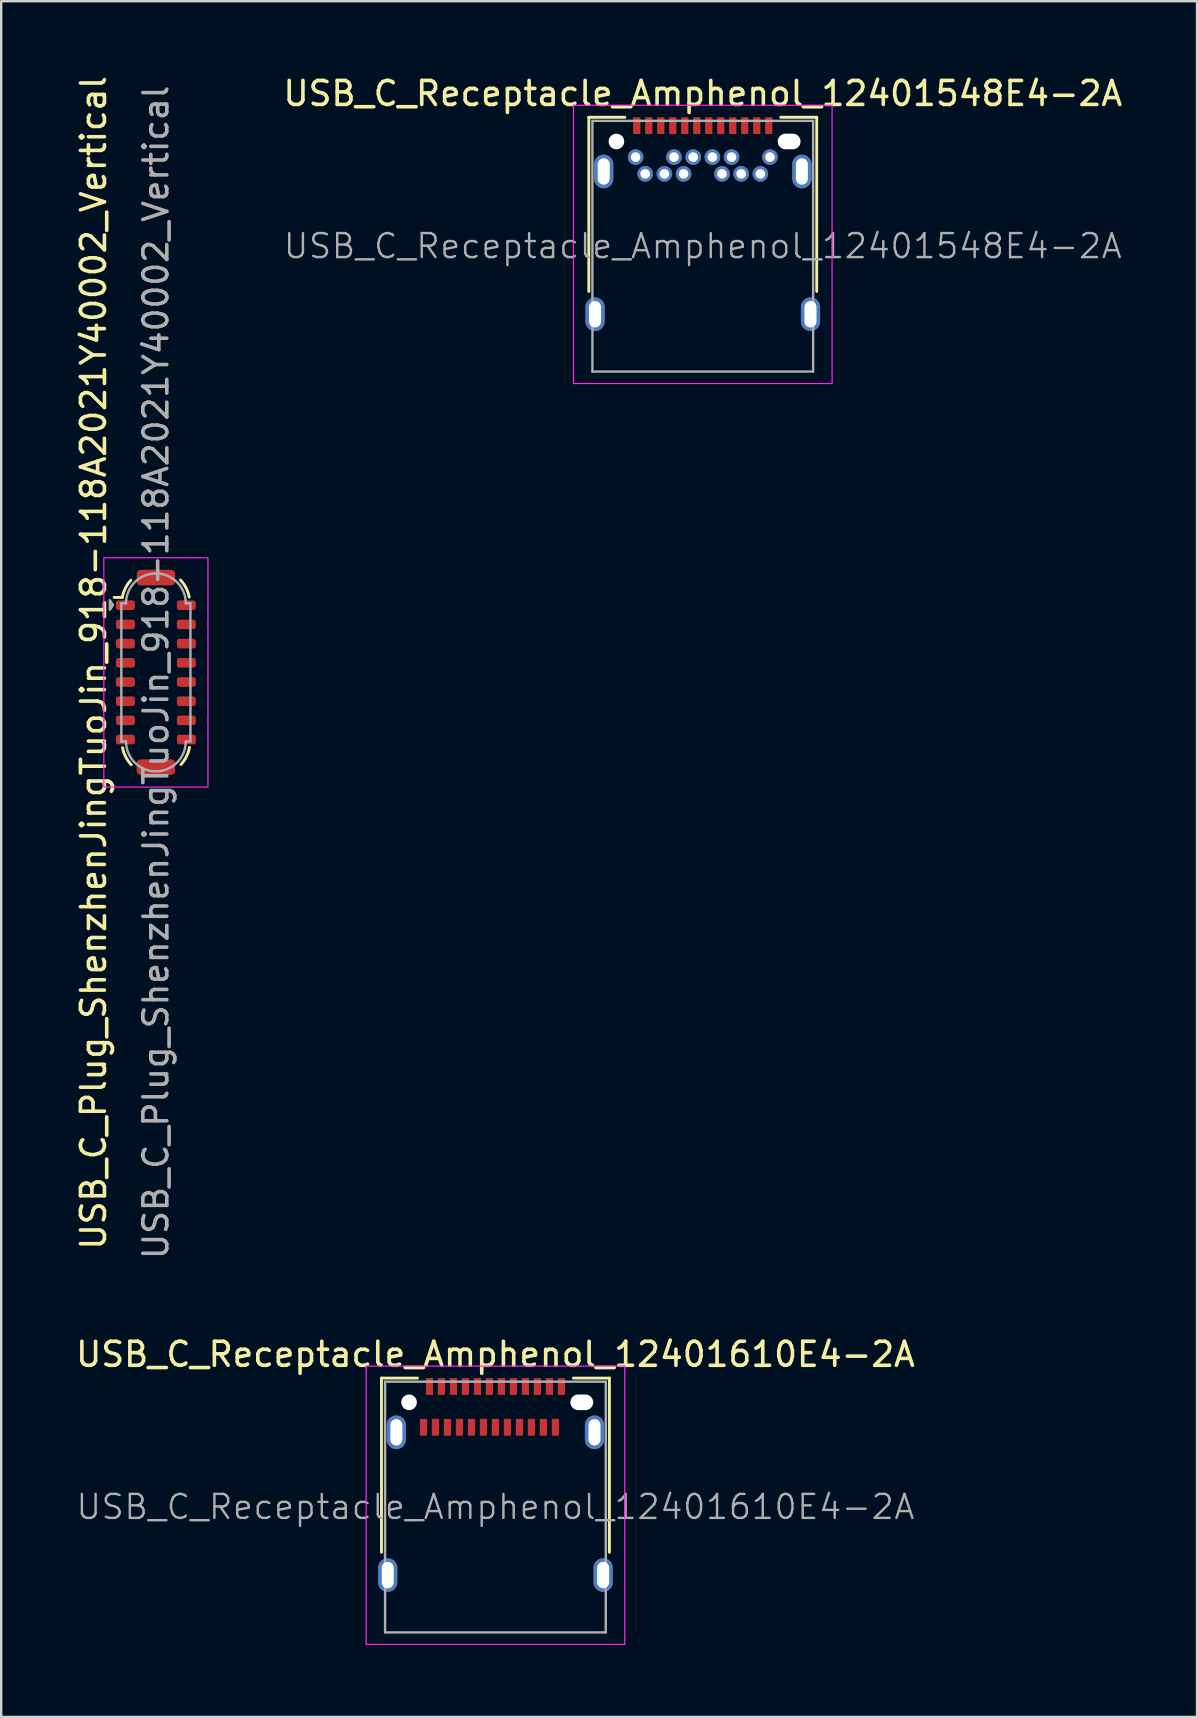
<source format=kicad_pcb>
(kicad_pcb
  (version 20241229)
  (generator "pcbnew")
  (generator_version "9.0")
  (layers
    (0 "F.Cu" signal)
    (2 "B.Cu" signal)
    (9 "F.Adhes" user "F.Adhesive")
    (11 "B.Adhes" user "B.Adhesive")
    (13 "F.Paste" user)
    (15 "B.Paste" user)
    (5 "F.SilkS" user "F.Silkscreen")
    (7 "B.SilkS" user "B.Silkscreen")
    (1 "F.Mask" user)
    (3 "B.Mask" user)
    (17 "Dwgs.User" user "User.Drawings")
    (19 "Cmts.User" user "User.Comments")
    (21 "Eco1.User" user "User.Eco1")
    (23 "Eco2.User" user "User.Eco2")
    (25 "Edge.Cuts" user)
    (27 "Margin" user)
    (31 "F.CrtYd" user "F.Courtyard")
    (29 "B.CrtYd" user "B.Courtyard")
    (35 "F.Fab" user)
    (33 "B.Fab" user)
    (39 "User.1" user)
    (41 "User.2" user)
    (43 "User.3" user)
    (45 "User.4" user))
  (footprint "USB_C_Receptacle_Amphenol_12401610E4-2A"
    (layer "F.Cu")
    (at 17.601 59.763)
    (property "Reference" "USB_C_Receptacle_Amphenol_12401610E4-2A" (at 0 -6.36 0) (layer "F.SilkS") (effects (font (size 1 1) (thickness 0.15))))
    (attr smd)
    (fp_line (start -4.75 -5.37) (end -4.75 1.89) (stroke (width 0.12) (type solid)) (layer "F.SilkS"))
    (fp_line (start -4.75 -5.37) (end -3.25 -5.37) (stroke (width 0.12) (type solid)) (layer "F.SilkS"))
    (fp_line (start 3.25 -5.37) (end 4.75 -5.37) (stroke (width 0.12) (type solid)) (layer "F.SilkS"))
    (fp_line (start 4.75 -5.37) (end 4.75 1.89) (stroke (width 0.12) (type solid)) (layer "F.SilkS"))
    (fp_line (start -5.39 -5.87) (end 5.39 -5.87) (stroke (width 0.05) (type solid)) (layer "F.CrtYd"))
    (fp_line (start -5.39 5.73) (end -5.39 -5.87) (stroke (width 0.05) (type solid)) (layer "F.CrtYd"))
    (fp_line (start 5.39 -5.87) (end 5.39 5.73) (stroke (width 0.05) (type solid)) (layer "F.CrtYd"))
    (fp_line (start 5.39 5.73) (end -5.39 5.73) (stroke (width 0.05) (type solid)) (layer "F.CrtYd"))
    (fp_line (start -4.6 -5.22) (end 4.6 -5.22) (stroke (width 0.1) (type solid)) (layer "F.Fab"))
    (fp_line (start -4.6 5.23) (end -4.6 -5.22) (stroke (width 0.1) (type solid)) (layer "F.Fab"))
    (fp_line (start -4.6 5.23) (end 4.6 5.23) (stroke (width 0.1) (type solid)) (layer "F.Fab"))
    (fp_line (start 4.6 5.23) (end 4.6 -5.22) (stroke (width 0.1) (type solid)) (layer "F.Fab"))
    (fp_text user "${REFERENCE}" (at 0 0 0) (layer "F.Fab") (effects (font (size 1 1) (thickness 0.1))))
    (pad "" np_thru_hole circle (at -3.6 -4.36) (size 0.65 0.65) (drill 0.65) (layers "*.Cu" "*.Mask"))
    (pad "" np_thru_hole oval (at 3.6 -4.36) (size 0.95 0.65) (drill oval 0.95 0.65) (layers "*.Cu" "*.Mask"))
    (pad "A1" smd rect (at -2.75 -5.02) (size 0.3 0.7) (layers "F.Cu" "F.Mask" "F.Paste"))
    (pad "A2" smd rect (at -2.25 -5.02) (size 0.3 0.7) (layers "F.Cu" "F.Mask" "F.Paste"))
    (pad "A3" smd rect (at -1.75 -5.02) (size 0.3 0.7) (layers "F.Cu" "F.Mask" "F.Paste"))
    (pad "A4" smd rect (at -1.25 -5.02) (size 0.3 0.7) (layers "F.Cu" "F.Mask" "F.Paste"))
    (pad "A5" smd rect (at -0.75 -5.02) (size 0.3 0.7) (layers "F.Cu" "F.Mask" "F.Paste"))
    (pad "A6" smd rect (at -0.25 -5.02) (size 0.3 0.7) (layers "F.Cu" "F.Mask" "F.Paste"))
    (pad "A7" smd rect (at 0.25 -5.02) (size 0.3 0.7) (layers "F.Cu" "F.Mask" "F.Paste"))
    (pad "A8" smd rect (at 0.75 -5.02) (size 0.3 0.7) (layers "F.Cu" "F.Mask" "F.Paste"))
    (pad "A9" smd rect (at 1.25 -5.02) (size 0.3 0.7) (layers "F.Cu" "F.Mask" "F.Paste"))
    (pad "A10" smd rect (at 1.75 -5.02) (size 0.3 0.7) (layers "F.Cu" "F.Mask" "F.Paste"))
    (pad "A11" smd rect (at 2.25 -5.02) (size 0.3 0.7) (layers "F.Cu" "F.Mask" "F.Paste"))
    (pad "A12" smd rect (at 2.75 -5.02) (size 0.3 0.7) (layers "F.Cu" "F.Mask" "F.Paste"))
    (pad "B1" smd rect (at 2.5 -3.32) (size 0.3 0.7) (layers "F.Cu" "F.Mask" "F.Paste"))
    (pad "B2" smd rect (at 2 -3.32) (size 0.3 0.7) (layers "F.Cu" "F.Mask" "F.Paste"))
    (pad "B3" smd rect (at 1.5 -3.32) (size 0.3 0.7) (layers "F.Cu" "F.Mask" "F.Paste"))
    (pad "B4" smd rect (at 1 -3.32) (size 0.3 0.7) (layers "F.Cu" "F.Mask" "F.Paste"))
    (pad "B5" smd rect (at 0.5 -3.32) (size 0.3 0.7) (layers "F.Cu" "F.Mask" "F.Paste"))
    (pad "B6" smd rect (at 0 -3.32) (size 0.3 0.7) (layers "F.Cu" "F.Mask" "F.Paste"))
    (pad "B7" smd rect (at -0.5 -3.32) (size 0.3 0.7) (layers "F.Cu" "F.Mask" "F.Paste"))
    (pad "B8" smd rect (at -1 -3.32) (size 0.3 0.7) (layers "F.Cu" "F.Mask" "F.Paste"))
    (pad "B9" smd rect (at -1.5 -3.32) (size 0.3 0.7) (layers "F.Cu" "F.Mask" "F.Paste"))
    (pad "B10" smd rect (at -2 -3.32) (size 0.3 0.7) (layers "F.Cu" "F.Mask" "F.Paste"))
    (pad "B11" smd rect (at -2.5 -3.32) (size 0.3 0.7) (layers "F.Cu" "F.Mask" "F.Paste"))
    (pad "B12" smd rect (at -3 -3.32) (size 0.3 0.7) (layers "F.Cu" "F.Mask" "F.Paste"))
    (pad "S1" thru_hole oval (at -4.49 2.84) (size 0.8 1.4) (drill oval 0.5 1.1) (property pad_prop_heatsink) (layers "*.Cu" "*.Mask"))
    (pad "S1" thru_hole oval (at -4.13 -3.11) (size 0.8 1.4) (drill oval 0.5 1.1) (property pad_prop_heatsink) (layers "*.Cu" "*.Mask"))
    (pad "S1" thru_hole oval (at 4.13 -3.11) (size 0.8 1.4) (drill oval 0.5 1.1) (property pad_prop_heatsink) (layers "*.Cu" "*.Mask"))
    (pad "S1" thru_hole oval (at 4.49 2.84) (size 0.8 1.4) (drill oval 0.5 1.1) (property pad_prop_heatsink) (layers "*.Cu" "*.Mask")))
  (footprint "USB_C_Receptacle_Amphenol_12401548E4-2A"
    (layer "F.Cu")
    (at 26.244 7.208)
    (property "Reference" "USB_C_Receptacle_Amphenol_12401548E4-2A" (at 0 -6.36 0) (layer "F.SilkS") (effects (font (size 1 1) (thickness 0.15))))
    (attr smd)
    (fp_line (start -4.75 -5.37) (end -4.75 1.89) (stroke (width 0.12) (type solid)) (layer "F.SilkS"))
    (fp_line (start -4.75 -5.37) (end -3.25 -5.37) (stroke (width 0.12) (type solid)) (layer "F.SilkS"))
    (fp_line (start 3.25 -5.37) (end 4.75 -5.37) (stroke (width 0.12) (type solid)) (layer "F.SilkS"))
    (fp_line (start 4.75 -5.37) (end 4.75 1.89) (stroke (width 0.12) (type solid)) (layer "F.SilkS"))
    (fp_line (start -5.39 -5.87) (end 5.39 -5.87) (stroke (width 0.05) (type solid)) (layer "F.CrtYd"))
    (fp_line (start -5.39 5.73) (end -5.39 -5.87) (stroke (width 0.05) (type solid)) (layer "F.CrtYd"))
    (fp_line (start 5.39 -5.87) (end 5.39 5.73) (stroke (width 0.05) (type solid)) (layer "F.CrtYd"))
    (fp_line (start 5.39 5.73) (end -5.39 5.73) (stroke (width 0.05) (type solid)) (layer "F.CrtYd"))
    (fp_line (start -4.6 -5.22) (end 4.6 -5.22) (stroke (width 0.1) (type solid)) (layer "F.Fab"))
    (fp_line (start -4.6 5.23) (end -4.6 -5.22) (stroke (width 0.1) (type solid)) (layer "F.Fab"))
    (fp_line (start -4.6 5.23) (end 4.6 5.23) (stroke (width 0.1) (type solid)) (layer "F.Fab"))
    (fp_line (start 4.6 5.23) (end 4.6 -5.22) (stroke (width 0.1) (type solid)) (layer "F.Fab"))
    (fp_text user "${REFERENCE}" (at 0 0 0) (layer "F.Fab") (effects (font (size 1 1) (thickness 0.1))))
    (pad "" np_thru_hole circle (at -3.6 -4.36) (size 0.65 0.65) (drill 0.65) (layers "*.Cu" "*.Mask"))
    (pad "" np_thru_hole oval (at 3.6 -4.36) (size 0.95 0.65) (drill oval 0.95 0.65) (layers "*.Cu" "*.Mask"))
    (pad "A1" smd rect (at -2.75 -5.02) (size 0.3 0.7) (layers "F.Cu" "F.Mask" "F.Paste"))
    (pad "A2" smd rect (at -2.25 -5.02) (size 0.3 0.7) (layers "F.Cu" "F.Mask" "F.Paste"))
    (pad "A3" smd rect (at -1.75 -5.02) (size 0.3 0.7) (layers "F.Cu" "F.Mask" "F.Paste"))
    (pad "A4" smd rect (at -1.25 -5.02) (size 0.3 0.7) (layers "F.Cu" "F.Mask" "F.Paste"))
    (pad "A5" smd rect (at -0.75 -5.02) (size 0.3 0.7) (layers "F.Cu" "F.Mask" "F.Paste"))
    (pad "A6" smd rect (at -0.25 -5.02) (size 0.3 0.7) (layers "F.Cu" "F.Mask" "F.Paste"))
    (pad "A7" smd rect (at 0.25 -5.02) (size 0.3 0.7) (layers "F.Cu" "F.Mask" "F.Paste"))
    (pad "A8" smd rect (at 0.75 -5.02) (size 0.3 0.7) (layers "F.Cu" "F.Mask" "F.Paste"))
    (pad "A9" smd rect (at 1.25 -5.02) (size 0.3 0.7) (layers "F.Cu" "F.Mask" "F.Paste"))
    (pad "A10" smd rect (at 1.75 -5.02) (size 0.3 0.7) (layers "F.Cu" "F.Mask" "F.Paste"))
    (pad "A11" smd rect (at 2.25 -5.02) (size 0.3 0.7) (layers "F.Cu" "F.Mask" "F.Paste"))
    (pad "A12" smd rect (at 2.75 -5.02) (size 0.3 0.7) (layers "F.Cu" "F.Mask" "F.Paste"))
    (pad "B1" thru_hole circle (at 2.8 -3.71) (size 0.65 0.65) (drill 0.4) (property pad_prop_heatsink) (layers "*.Cu" "*.Mask"))
    (pad "B2" thru_hole circle (at 2.4 -3.01) (size 0.65 0.65) (drill 0.4) (property pad_prop_heatsink) (layers "*.Cu" "*.Mask"))
    (pad "B3" thru_hole circle (at 1.6 -3.01) (size 0.65 0.65) (drill 0.4) (property pad_prop_heatsink) (layers "*.Cu" "*.Mask"))
    (pad "B4" thru_hole circle (at 1.2 -3.71) (size 0.65 0.65) (drill 0.4) (property pad_prop_heatsink) (layers "*.Cu" "*.Mask"))
    (pad "B5" thru_hole circle (at 0.8 -3.01) (size 0.65 0.65) (drill 0.4) (property pad_prop_heatsink) (layers "*.Cu" "*.Mask"))
    (pad "B6" thru_hole circle (at 0.4 -3.71) (size 0.65 0.65) (drill 0.4) (property pad_prop_heatsink) (layers "*.Cu" "*.Mask"))
    (pad "B7" thru_hole circle (at -0.4 -3.71) (size 0.65 0.65) (drill 0.4) (property pad_prop_heatsink) (layers "*.Cu" "*.Mask"))
    (pad "B8" thru_hole circle (at -0.8 -3.01) (size 0.65 0.65) (drill 0.4) (property pad_prop_heatsink) (layers "*.Cu" "*.Mask"))
    (pad "B9" thru_hole circle (at -1.2 -3.71) (size 0.65 0.65) (drill 0.4) (property pad_prop_heatsink) (layers "*.Cu" "*.Mask"))
    (pad "B10" thru_hole circle (at -1.6 -3.01) (size 0.65 0.65) (drill 0.4) (property pad_prop_heatsink) (layers "*.Cu" "*.Mask"))
    (pad "B11" thru_hole circle (at -2.4 -3.01) (size 0.65 0.65) (drill 0.4) (property pad_prop_heatsink) (layers "*.Cu" "*.Mask"))
    (pad "B12" thru_hole circle (at -2.8 -3.71) (size 0.65 0.65) (drill 0.4) (property pad_prop_heatsink) (layers "*.Cu" "*.Mask"))
    (pad "S1" thru_hole oval (at -4.49 2.84) (size 0.8 1.4) (drill oval 0.5 1.1) (property pad_prop_heatsink) (layers "*.Cu" "*.Mask"))
    (pad "S1" thru_hole oval (at -4.13 -3.11) (size 0.8 1.4) (drill oval 0.5 1.1) (property pad_prop_heatsink) (layers "*.Cu" "*.Mask"))
    (pad "S1" thru_hole oval (at 4.13 -3.11) (size 0.8 1.4) (drill oval 0.5 1.1) (property pad_prop_heatsink) (layers "*.Cu" "*.Mask"))
    (pad "S1" thru_hole oval (at 4.49 2.84) (size 0.8 1.4) (drill oval 0.5 1.1) (property pad_prop_heatsink) (layers "*.Cu" "*.Mask")))
  (footprint "USB_C_Plug_ShenzhenJingTuoJin_918-118A2021Y40002_Vertical"
    (layer "F.Cu")
    (at 3.448 24.977)
    (property "Reference" "USB_C_Plug_ShenzhenJingTuoJin_918-118A2021Y40002_Vertical" (at -2.6 -0.4 90) (unlocked yes) (layer "F.SilkS") (effects (font (size 1 1) (thickness 0.15))))
    (attr smd)
    (fp_line (start -1.74 -3.125) (end -1.4 -3.125) (stroke (width 0.12) (type default)) (layer "F.SilkS"))
    (fp_arc (start -1.4 -3.125) (mid -1.273005 -3.509002) (end -1.043045 -3.841725) (stroke (width 0.12) (type solid)) (layer "F.SilkS"))
    (fp_arc (start -1.025 3.85) (mid -1.258743 3.520613) (end -1.389879 3.138598) (stroke (width 0.12) (type solid)) (layer "F.SilkS"))
    (fp_arc (start 1.025 -3.85) (mid 1.258743 -3.520613) (end 1.389879 -3.138598) (stroke (width 0.12) (type solid)) (layer "F.SilkS"))
    (fp_arc (start 1.4 3.125) (mid 1.273005 3.509002) (end 1.043045 3.841725) (stroke (width 0.12) (type solid)) (layer "F.SilkS"))
    (fp_rect (start -2.17 4.78) (end 2.17 -4.78) (stroke (width 0.05) (type solid)) (fill no) (layer "F.CrtYd"))
    (fp_line (start -1.44 -2.88) (end -1.245 -2.88) (stroke (width 0.1) (type solid)) (layer "F.Fab"))
    (fp_line (start -1.44 2.88) (end -1.44 -2.88) (stroke (width 0.1) (type solid)) (layer "F.Fab"))
    (fp_line (start -1.245 2.88) (end -1.44 2.88) (stroke (width 0.1) (type solid)) (layer "F.Fab"))
    (fp_line (start 1.245 -2.88) (end 1.44 -2.88) (stroke (width 0.1) (type solid)) (layer "F.Fab"))
    (fp_line (start 1.44 -2.88) (end 1.44 2.88) (stroke (width 0.1) (type solid)) (layer "F.Fab"))
    (fp_line (start 1.44 2.88) (end 1.245 2.88) (stroke (width 0.1) (type solid)) (layer "F.Fab"))
    (fp_arc (start -1.245 -2.88) (mid 0 -4.125) (end 1.245 -2.88) (stroke (width 0.1) (type solid)) (layer "F.Fab"))
    (fp_arc (start 1.245 2.88) (mid 0 4.125) (end -1.245 2.88) (stroke (width 0.1) (type solid)) (layer "F.Fab"))
    (fp_poly (pts (xy -1.92 -3.01) (xy -1.79 -2.81) (xy -1.92 -2.61) (xy -1.92 -2.99)) (stroke (width 0.1) (type solid)) (fill no) (layer "F.Fab"))
    (fp_text user "${REFERENCE}" (at 0 0 90) (unlocked yes) (layer "F.Fab") (effects (font (size 1 1) (thickness 0.15))))
    (pad "A1" smd roundrect (at -1.27 -2.8 90) (size 0.4 0.79) (layers "F.Cu" "F.Mask" "F.Paste") (roundrect_rratio 0.25))
    (pad "A4" smd roundrect (at -1.27 -2 90) (size 0.4 0.79) (layers "F.Cu" "F.Mask" "F.Paste") (roundrect_rratio 0.25))
    (pad "A5" smd roundrect (at -1.27 -1.2 90) (size 0.4 0.79) (layers "F.Cu" "F.Mask" "F.Paste") (roundrect_rratio 0.25))
    (pad "A6" smd roundrect (at -1.27 -0.4 90) (size 0.4 0.79) (layers "F.Cu" "F.Mask" "F.Paste") (roundrect_rratio 0.25))
    (pad "A7" smd roundrect (at -1.27 0.4 90) (size 0.4 0.79) (layers "F.Cu" "F.Mask" "F.Paste") (roundrect_rratio 0.25))
    (pad "A8" smd roundrect (at -1.27 1.2 90) (size 0.4 0.79) (layers "F.Cu" "F.Mask" "F.Paste") (roundrect_rratio 0.25))
    (pad "A9" smd roundrect (at -1.27 2 90) (size 0.4 0.79) (layers "F.Cu" "F.Mask" "F.Paste") (roundrect_rratio 0.25))
    (pad "A12" smd roundrect (at -1.27 2.8 90) (size 0.4 0.79) (layers "F.Cu" "F.Mask" "F.Paste") (roundrect_rratio 0.25))
    (pad "B1" smd roundrect (at 1.27 2.8 90) (size 0.4 0.79) (layers "F.Cu" "F.Mask" "F.Paste") (roundrect_rratio 0.25))
    (pad "B4" smd roundrect (at 1.27 2 90) (size 0.4 0.79) (layers "F.Cu" "F.Mask" "F.Paste") (roundrect_rratio 0.25))
    (pad "B5" smd roundrect (at 1.27 1.2 90) (size 0.4 0.79) (layers "F.Cu" "F.Mask" "F.Paste") (roundrect_rratio 0.25))
    (pad "B6" smd roundrect (at 1.27 0.4 90) (size 0.4 0.79) (layers "F.Cu" "F.Mask" "F.Paste") (roundrect_rratio 0.25))
    (pad "B7" smd roundrect (at 1.27 -0.4 90) (size 0.4 0.79) (layers "F.Cu" "F.Mask" "F.Paste") (roundrect_rratio 0.25))
    (pad "B8" smd roundrect (at 1.27 -1.2 90) (size 0.4 0.79) (layers "F.Cu" "F.Mask" "F.Paste") (roundrect_rratio 0.25))
    (pad "B9" smd roundrect (at 1.27 -2 90) (size 0.4 0.79) (layers "F.Cu" "F.Mask" "F.Paste") (roundrect_rratio 0.25))
    (pad "B12" smd roundrect (at 1.27 -2.8 90) (size 0.4 0.79) (layers "F.Cu" "F.Mask" "F.Paste") (roundrect_rratio 0.25))
    (pad "S1" smd roundrect (at 0 -3.95 90) (size 0.65 1.6) (layers "F.Cu" "F.Mask" "F.Paste") (roundrect_rratio 0.25))
    (pad "S1" smd roundrect (at 0 3.95 90) (size 0.65 1.6) (layers "F.Cu" "F.Mask" "F.Paste") (roundrect_rratio 0.25)))
  (gr_rect
    (start -3 -3)
    (end 46.846 68.518)
    (stroke (width 0.1) (type default))
    (fill no)
    (layer "Edge.Cuts")))
</source>
